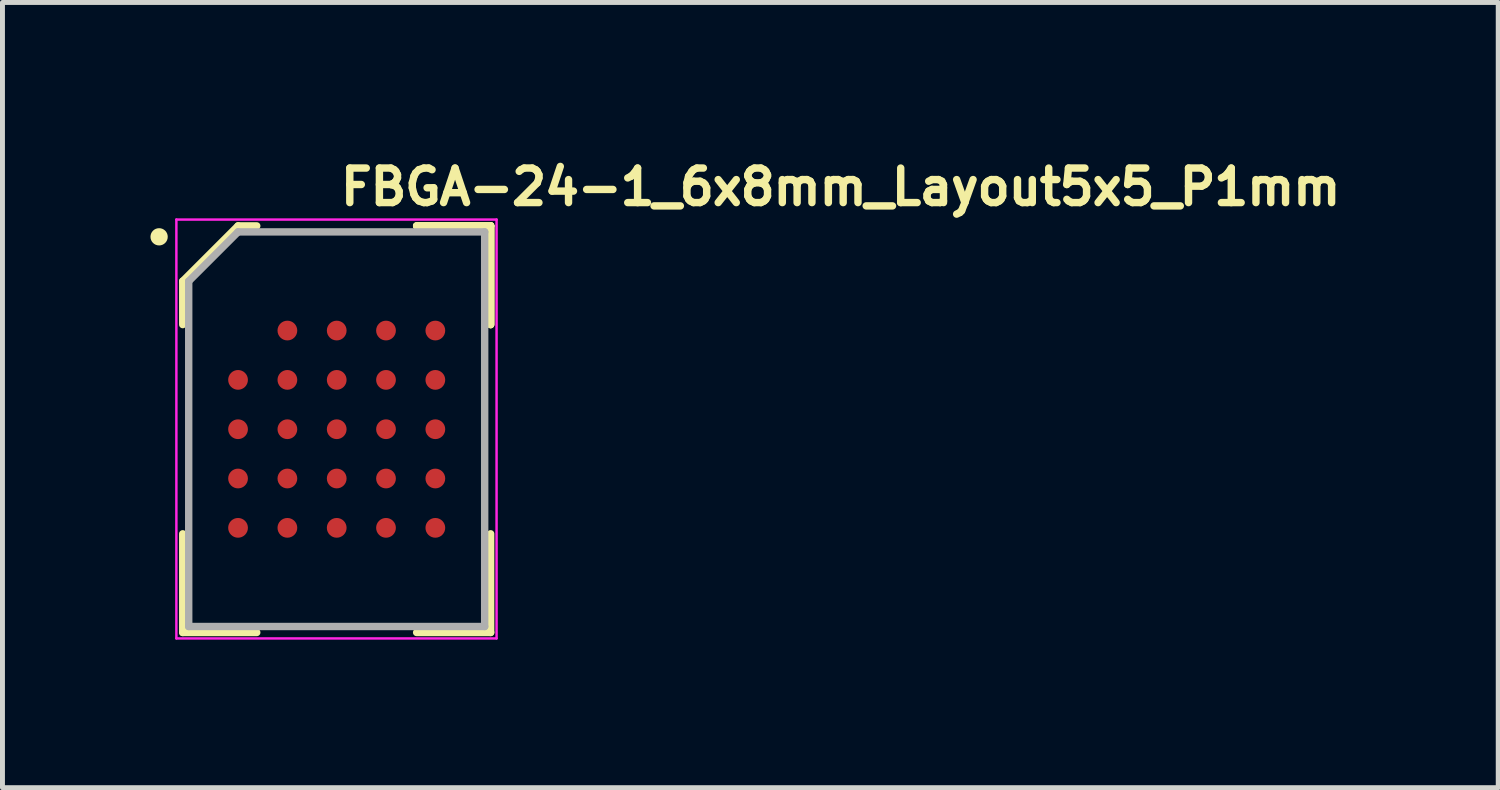
<source format=kicad_pcb>
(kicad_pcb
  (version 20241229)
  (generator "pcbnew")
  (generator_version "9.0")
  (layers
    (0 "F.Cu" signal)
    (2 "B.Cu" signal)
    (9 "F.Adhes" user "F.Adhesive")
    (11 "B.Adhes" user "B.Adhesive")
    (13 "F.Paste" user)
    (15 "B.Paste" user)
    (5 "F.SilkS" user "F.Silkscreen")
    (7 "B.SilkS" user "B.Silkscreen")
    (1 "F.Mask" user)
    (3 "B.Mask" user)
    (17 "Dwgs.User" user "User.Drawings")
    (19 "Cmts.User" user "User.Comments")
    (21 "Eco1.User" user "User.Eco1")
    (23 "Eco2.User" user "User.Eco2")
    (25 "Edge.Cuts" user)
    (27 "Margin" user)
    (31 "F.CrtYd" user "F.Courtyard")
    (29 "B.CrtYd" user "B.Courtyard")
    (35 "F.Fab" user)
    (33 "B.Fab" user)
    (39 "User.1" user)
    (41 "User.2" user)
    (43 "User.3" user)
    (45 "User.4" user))
  (footprint "FBGA-24-1_6x8mm_Layout5x5_P1mm"
    (layer "F.Cu")
    (at 3.775 5.65)
    (property "Reference" "FBGA-24-1_6x8mm_Layout5x5_P1mm" (at 0 -4.5 0) (layer "F.SilkS") (effects (font (size 0.7 0.7) (thickness 0.15)) (justify left bottom)))
    (attr smd)
    (fp_line (start -3.121 -3) (end -3.121 -2.121) (stroke (width 0.15) (type solid)) (layer "F.SilkS"))
    (fp_line (start -3.121 4.12) (end -3.121 2.12) (stroke (width 0.15) (type solid)) (layer "F.SilkS"))
    (fp_line (start -2 -4.121) (end -3.121 -3) (stroke (width 0.15) (type solid)) (layer "F.SilkS"))
    (fp_line (start -1.621 -4.121) (end -2 -4.121) (stroke (width 0.15) (type solid)) (layer "F.SilkS"))
    (fp_line (start -1.621 4.12) (end -3.121 4.12) (stroke (width 0.15) (type solid)) (layer "F.SilkS"))
    (fp_line (start 1.62 -4.121) (end 3.12 -4.121) (stroke (width 0.15) (type solid)) (layer "F.SilkS"))
    (fp_line (start 1.62 -4.121) (end 3.12 -4.121) (stroke (width 0.15) (type solid)) (layer "F.SilkS"))
    (fp_line (start 1.62 -4.121) (end 3.12 -4.121) (stroke (width 0.15) (type solid)) (layer "F.SilkS"))
    (fp_line (start 1.62 4.12) (end 3.12 4.12) (stroke (width 0.15) (type solid)) (layer "F.SilkS"))
    (fp_line (start 3.12 -4.121) (end 3.12 -2.121) (stroke (width 0.15) (type solid)) (layer "F.SilkS"))
    (fp_line (start 3.12 -4.121) (end 3.12 -2.121) (stroke (width 0.15) (type solid)) (layer "F.SilkS"))
    (fp_line (start 3.12 -4.121) (end 3.12 -2.121) (stroke (width 0.15) (type solid)) (layer "F.SilkS"))
    (fp_line (start 3.12 4.12) (end 3.12 2.12) (stroke (width 0.15) (type solid)) (layer "F.SilkS"))
    (fp_circle (center -3.6 -3.9) (end -3.5 -3.9) (stroke (width 0.15) (type solid)) (fill yes) (layer "F.SilkS"))
    (fp_line (start -3.25 -4.25) (end 3.24 -4.25) (stroke (width 0.05) (type solid)) (layer "F.CrtYd"))
    (fp_line (start -3.25 4.24) (end -3.25 -4.25) (stroke (width 0.05) (type solid)) (layer "F.CrtYd"))
    (fp_line (start 3.24 -4.25) (end 3.24 4.24) (stroke (width 0.05) (type solid)) (layer "F.CrtYd"))
    (fp_line (start 3.24 4.24) (end -3.25 4.24) (stroke (width 0.05) (type solid)) (layer "F.CrtYd"))
    (fp_line (start -3 -3) (end -3 3.999) (stroke (width 0.15) (type solid)) (layer "F.Fab"))
    (fp_line (start -3 3.999) (end 2.999 3.999) (stroke (width 0.15) (type solid)) (layer "F.Fab"))
    (fp_line (start -2 -4) (end -3 -3) (stroke (width 0.15) (type solid)) (layer "F.Fab"))
    (fp_line (start 2.999 -4) (end -2 -4) (stroke (width 0.15) (type solid)) (layer "F.Fab"))
    (fp_line (start 2.999 3.999) (end 2.999 -4) (stroke (width 0.15) (type solid)) (layer "F.Fab"))
    (fp_rect (start -3 -4) (end 2.999 3.999) (stroke (width 0.1) (type solid)) (fill no) (layer "User.5"))
    (fp_line (start -3 -4) (end -3 3.999) (stroke (width 0.02) (type solid)) (layer "User.9"))
    (fp_line (start -3 3.999) (end 2.999 3.999) (stroke (width 0.02) (type solid)) (layer "User.9"))
    (fp_line (start -2.099 -2.919) (end -2.099 -2.913) (stroke (width 0.02) (type solid)) (layer "User.9"))
    (fp_line (start -2.099 -2.913) (end -2.099 -2.906) (stroke (width 0.02) (type solid)) (layer "User.9"))
    (fp_line (start -2.099 -2.906) (end -2.099 -2.9) (stroke (width 0.02) (type solid)) (layer "User.9"))
    (fp_line (start -2.099 -2.9) (end -2.099 -2.886) (stroke (width 0.02) (type solid)) (layer "User.9"))
    (fp_line (start -2.099 -2.886) (end -2.098 -2.873) (stroke (width 0.02) (type solid)) (layer "User.9"))
    (fp_line (start -2.098 -2.926) (end -2.099 -2.919) (stroke (width 0.02) (type solid)) (layer "User.9"))
    (fp_line (start -2.098 -2.873) (end -2.096 -2.86) (stroke (width 0.02) (type solid)) (layer "User.9"))
    (fp_line (start -2.097 -2.933) (end -2.098 -2.926) (stroke (width 0.02) (type solid)) (layer "User.9"))
    (fp_line (start -2.096 -2.939) (end -2.097 -2.933) (stroke (width 0.02) (type solid)) (layer "User.9"))
    (fp_line (start -2.096 -2.86) (end -2.093 -2.847) (stroke (width 0.02) (type solid)) (layer "User.9"))
    (fp_line (start -2.095 -2.913) (end -2.095 -2.906) (stroke (width 0.02) (type solid)) (layer "User.9"))
    (fp_line (start -2.095 -2.906) (end -2.095 -2.9) (stroke (width 0.02) (type solid)) (layer "User.9"))
    (fp_line (start -2.095 -2.9) (end -2.095 -2.886) (stroke (width 0.02) (type solid)) (layer "User.9"))
    (fp_line (start -2.095 -2.886) (end -2.093 -2.874) (stroke (width 0.02) (type solid)) (layer "User.9"))
    (fp_line (start -2.094 -2.945) (end -2.096 -2.939) (stroke (width 0.02) (type solid)) (layer "User.9"))
    (fp_line (start -2.094 -2.919) (end -2.095 -2.913) (stroke (width 0.02) (type solid)) (layer "User.9"))
    (fp_line (start -2.093 -2.952) (end -2.094 -2.945) (stroke (width 0.02) (type solid)) (layer "User.9"))
    (fp_line (start -2.093 -2.925) (end -2.094 -2.919) (stroke (width 0.02) (type solid)) (layer "User.9"))
    (fp_line (start -2.093 -2.874) (end -2.091 -2.861) (stroke (width 0.02) (type solid)) (layer "User.9"))
    (fp_line (start -2.093 -2.847) (end -2.089 -2.835) (stroke (width 0.02) (type solid)) (layer "User.9"))
    (fp_line (start -2.092 -2.932) (end -2.093 -2.925) (stroke (width 0.02) (type solid)) (layer "User.9"))
    (fp_line (start -2.091 -2.958) (end -2.093 -2.952) (stroke (width 0.02) (type solid)) (layer "User.9"))
    (fp_line (start -2.091 -2.938) (end -2.092 -2.932) (stroke (width 0.02) (type solid)) (layer "User.9"))
    (fp_line (start -2.091 -2.861) (end -2.088 -2.848) (stroke (width 0.02) (type solid)) (layer "User.9"))
    (fp_line (start -2.09 -2.944) (end -2.091 -2.938) (stroke (width 0.02) (type solid)) (layer "User.9"))
    (fp_line (start -2.089 -2.964) (end -2.091 -2.958) (stroke (width 0.02) (type solid)) (layer "User.9"))
    (fp_line (start -2.089 -2.835) (end -2.084 -2.823) (stroke (width 0.02) (type solid)) (layer "User.9"))
    (fp_line (start -2.088 -2.951) (end -2.09 -2.944) (stroke (width 0.02) (type solid)) (layer "User.9"))
    (fp_line (start -2.088 -2.848) (end -2.085 -2.836) (stroke (width 0.02) (type solid)) (layer "User.9"))
    (fp_line (start -2.087 -2.97) (end -2.089 -2.964) (stroke (width 0.02) (type solid)) (layer "User.9"))
    (fp_line (start -2.087 -2.957) (end -2.088 -2.951) (stroke (width 0.02) (type solid)) (layer "User.9"))
    (fp_line (start -2.085 -2.963) (end -2.087 -2.957) (stroke (width 0.02) (type solid)) (layer "User.9"))
    (fp_line (start -2.085 -2.836) (end -2.08 -2.824) (stroke (width 0.02) (type solid)) (layer "User.9"))
    (fp_line (start -2.084 -2.976) (end -2.087 -2.97) (stroke (width 0.02) (type solid)) (layer "User.9"))
    (fp_line (start -2.084 -2.823) (end -2.079 -2.811) (stroke (width 0.02) (type solid)) (layer "User.9"))
    (fp_line (start -2.082 -2.982) (end -2.084 -2.976) (stroke (width 0.02) (type solid)) (layer "User.9"))
    (fp_line (start -2.082 -2.969) (end -2.085 -2.963) (stroke (width 0.02) (type solid)) (layer "User.9"))
    (fp_line (start -2.08 -2.975) (end -2.082 -2.969) (stroke (width 0.02) (type solid)) (layer "User.9"))
    (fp_line (start -2.08 -2.824) (end -2.075 -2.813) (stroke (width 0.02) (type solid)) (layer "User.9"))
    (fp_line (start -2.079 -2.988) (end -2.082 -2.982) (stroke (width 0.02) (type solid)) (layer "User.9"))
    (fp_line (start -2.079 -2.811) (end -2.073 -2.799) (stroke (width 0.02) (type solid)) (layer "User.9"))
    (fp_line (start -2.078 -2.98) (end -2.08 -2.975) (stroke (width 0.02) (type solid)) (layer "User.9"))
    (fp_line (start -2.076 -2.994) (end -2.079 -2.988) (stroke (width 0.02) (type solid)) (layer "User.9"))
    (fp_line (start -2.075 -2.986) (end -2.078 -2.98) (stroke (width 0.02) (type solid)) (layer "User.9"))
    (fp_line (start -2.075 -2.813) (end -2.069 -2.802) (stroke (width 0.02) (type solid)) (layer "User.9"))
    (fp_line (start -2.073 -3) (end -2.076 -2.994) (stroke (width 0.02) (type solid)) (layer "User.9"))
    (fp_line (start -2.073 -2.799) (end -2.066 -2.789) (stroke (width 0.02) (type solid)) (layer "User.9"))
    (fp_line (start -2.072 -2.992) (end -2.075 -2.986) (stroke (width 0.02) (type solid)) (layer "User.9"))
    (fp_line (start -2.069 -3.005) (end -2.073 -3) (stroke (width 0.02) (type solid)) (layer "User.9"))
    (fp_line (start -2.069 -2.997) (end -2.072 -2.992) (stroke (width 0.02) (type solid)) (layer "User.9"))
    (fp_line (start -2.069 -2.802) (end -2.062 -2.791) (stroke (width 0.02) (type solid)) (layer "User.9"))
    (fp_line (start -2.066 -3.01) (end -2.069 -3.005) (stroke (width 0.02) (type solid)) (layer "User.9"))
    (fp_line (start -2.066 -3.003) (end -2.069 -2.997) (stroke (width 0.02) (type solid)) (layer "User.9"))
    (fp_line (start -2.066 -2.789) (end -2.058 -2.778) (stroke (width 0.02) (type solid)) (layer "User.9"))
    (fp_line (start -2.062 -3.016) (end -2.066 -3.01) (stroke (width 0.02) (type solid)) (layer "User.9"))
    (fp_line (start -2.062 -3.008) (end -2.066 -3.003) (stroke (width 0.02) (type solid)) (layer "User.9"))
    (fp_line (start -2.062 -2.791) (end -2.055 -2.781) (stroke (width 0.02) (type solid)) (layer "User.9"))
    (fp_line (start -2.059 -3.013) (end -2.062 -3.008) (stroke (width 0.02) (type solid)) (layer "User.9"))
    (fp_line (start -2.058 -3.021) (end -2.062 -3.016) (stroke (width 0.02) (type solid)) (layer "User.9"))
    (fp_line (start -2.058 -2.778) (end -2.05 -2.768) (stroke (width 0.02) (type solid)) (layer "User.9"))
    (fp_line (start -2.055 -3.018) (end -2.059 -3.013) (stroke (width 0.02) (type solid)) (layer "User.9"))
    (fp_line (start -2.055 -2.781) (end -2.047 -2.771) (stroke (width 0.02) (type solid)) (layer "User.9"))
    (fp_line (start -2.054 -3.026) (end -2.058 -3.021) (stroke (width 0.02) (type solid)) (layer "User.9"))
    (fp_line (start -2.051 -3.023) (end -2.055 -3.018) (stroke (width 0.02) (type solid)) (layer "User.9"))
    (fp_line (start -2.05 -3.031) (end -2.054 -3.026) (stroke (width 0.02) (type solid)) (layer "User.9"))
    (fp_line (start -2.05 -2.768) (end -2.041 -2.758) (stroke (width 0.02) (type solid)) (layer "User.9"))
    (fp_line (start -2.047 -3.028) (end -2.051 -3.023) (stroke (width 0.02) (type solid)) (layer "User.9"))
    (fp_line (start -2.047 -2.771) (end -2.038 -2.761) (stroke (width 0.02) (type solid)) (layer "User.9"))
    (fp_line (start -2.046 -3.036) (end -2.05 -3.031) (stroke (width 0.02) (type solid)) (layer "User.9"))
    (fp_line (start -2.043 -3.033) (end -2.047 -3.028) (stroke (width 0.02) (type solid)) (layer "User.9"))
    (fp_line (start -2.041 -3.041) (end -2.046 -3.036) (stroke (width 0.02) (type solid)) (layer "User.9"))
    (fp_line (start -2.041 -2.758) (end -2.032 -2.749) (stroke (width 0.02) (type solid)) (layer "User.9"))
    (fp_line (start -2.038 -3.038) (end -2.043 -3.033) (stroke (width 0.02) (type solid)) (layer "User.9"))
    (fp_line (start -2.038 -2.761) (end -2.029 -2.753) (stroke (width 0.02) (type solid)) (layer "User.9"))
    (fp_line (start -2.037 -3.045) (end -2.041 -3.041) (stroke (width 0.02) (type solid)) (layer "User.9"))
    (fp_line (start -2.034 -3.042) (end -2.038 -3.038) (stroke (width 0.02) (type solid)) (layer "User.9"))
    (fp_line (start -2.032 -3.05) (end -2.037 -3.045) (stroke (width 0.02) (type solid)) (layer "User.9"))
    (fp_line (start -2.032 -2.749) (end -2.022 -2.741) (stroke (width 0.02) (type solid)) (layer "User.9"))
    (fp_line (start -2.029 -3.046) (end -2.034 -3.042) (stroke (width 0.02) (type solid)) (layer "User.9"))
    (fp_line (start -2.029 -2.753) (end -2.019 -2.745) (stroke (width 0.02) (type solid)) (layer "User.9"))
    (fp_line (start -2.027 -3.054) (end -2.032 -3.05) (stroke (width 0.02) (type solid)) (layer "User.9"))
    (fp_line (start -2.024 -3.05) (end -2.029 -3.046) (stroke (width 0.02) (type solid)) (layer "User.9"))
    (fp_line (start -2.022 -3.058) (end -2.027 -3.054) (stroke (width 0.02) (type solid)) (layer "User.9"))
    (fp_line (start -2.022 -2.741) (end -2.011 -2.733) (stroke (width 0.02) (type solid)) (layer "User.9"))
    (fp_line (start -2.019 -3.054) (end -2.024 -3.05) (stroke (width 0.02) (type solid)) (layer "User.9"))
    (fp_line (start -2.019 -2.745) (end -2.008 -2.737) (stroke (width 0.02) (type solid)) (layer "User.9"))
    (fp_line (start -2.016 -3.062) (end -2.022 -3.058) (stroke (width 0.02) (type solid)) (layer "User.9"))
    (fp_line (start -2.014 -3.058) (end -2.019 -3.054) (stroke (width 0.02) (type solid)) (layer "User.9"))
    (fp_line (start -2.011 -3.066) (end -2.016 -3.062) (stroke (width 0.02) (type solid)) (layer "User.9"))
    (fp_line (start -2.011 -2.733) (end -2 -2.726) (stroke (width 0.02) (type solid)) (layer "User.9"))
    (fp_line (start -2.008 -3.062) (end -2.014 -3.058) (stroke (width 0.02) (type solid)) (layer "User.9"))
    (fp_line (start -2.008 -2.737) (end -1.997 -2.73) (stroke (width 0.02) (type solid)) (layer "User.9"))
    (fp_line (start -2.005 -3.069) (end -2.011 -3.066) (stroke (width 0.02) (type solid)) (layer "User.9"))
    (fp_line (start -2.003 -3.066) (end -2.008 -3.062) (stroke (width 0.02) (type solid)) (layer "User.9"))
    (fp_line (start -2 -3.073) (end -2.005 -3.069) (stroke (width 0.02) (type solid)) (layer "User.9"))
    (fp_line (start -2 -3.073) (end -2 -3.073) (stroke (width 0.02) (type solid)) (layer "User.9"))
    (fp_line (start -2 -2.726) (end -2 -2.726) (stroke (width 0.02) (type solid)) (layer "User.9"))
    (fp_line (start -2 -2.726) (end -1.988 -2.72) (stroke (width 0.02) (type solid)) (layer "User.9"))
    (fp_line (start -1.997 -3.069) (end -2.003 -3.066) (stroke (width 0.02) (type solid)) (layer "User.9"))
    (fp_line (start -1.997 -3.069) (end -1.997 -3.069) (stroke (width 0.02) (type solid)) (layer "User.9"))
    (fp_line (start -1.997 -2.73) (end -1.997 -2.73) (stroke (width 0.02) (type solid)) (layer "User.9"))
    (fp_line (start -1.997 -2.73) (end -1.986 -2.724) (stroke (width 0.02) (type solid)) (layer "User.9"))
    (fp_line (start -1.988 -3.079) (end -2 -3.073) (stroke (width 0.02) (type solid)) (layer "User.9"))
    (fp_line (start -1.988 -2.72) (end -1.976 -2.715) (stroke (width 0.02) (type solid)) (layer "User.9"))
    (fp_line (start -1.986 -3.075) (end -1.997 -3.069) (stroke (width 0.02) (type solid)) (layer "User.9"))
    (fp_line (start -1.986 -2.724) (end -1.974 -2.719) (stroke (width 0.02) (type solid)) (layer "User.9"))
    (fp_line (start -1.976 -3.084) (end -1.988 -3.079) (stroke (width 0.02) (type solid)) (layer "User.9"))
    (fp_line (start -1.976 -2.715) (end -1.963 -2.71) (stroke (width 0.02) (type solid)) (layer "User.9"))
    (fp_line (start -1.974 -3.08) (end -1.986 -3.075) (stroke (width 0.02) (type solid)) (layer "User.9"))
    (fp_line (start -1.974 -2.719) (end -1.962 -2.714) (stroke (width 0.02) (type solid)) (layer "User.9"))
    (fp_line (start -1.963 -3.089) (end -1.976 -3.084) (stroke (width 0.02) (type solid)) (layer "User.9"))
    (fp_line (start -1.963 -2.71) (end -1.951 -2.706) (stroke (width 0.02) (type solid)) (layer "User.9"))
    (fp_line (start -1.962 -3.085) (end -1.974 -3.08) (stroke (width 0.02) (type solid)) (layer "User.9"))
    (fp_line (start -1.962 -2.714) (end -1.95 -2.71) (stroke (width 0.02) (type solid)) (layer "User.9"))
    (fp_line (start -1.951 -3.093) (end -1.963 -3.089) (stroke (width 0.02) (type solid)) (layer "User.9"))
    (fp_line (start -1.951 -2.706) (end -1.938 -2.703) (stroke (width 0.02) (type solid)) (layer "User.9"))
    (fp_line (start -1.95 -3.089) (end -1.962 -3.085) (stroke (width 0.02) (type solid)) (layer "User.9"))
    (fp_line (start -1.95 -2.71) (end -1.937 -2.708) (stroke (width 0.02) (type solid)) (layer "User.9"))
    (fp_line (start -1.938 -3.096) (end -1.951 -3.093) (stroke (width 0.02) (type solid)) (layer "User.9"))
    (fp_line (start -1.938 -2.703) (end -1.925 -2.701) (stroke (width 0.02) (type solid)) (layer "User.9"))
    (fp_line (start -1.937 -3.091) (end -1.95 -3.089) (stroke (width 0.02) (type solid)) (layer "User.9"))
    (fp_line (start -1.937 -2.708) (end -1.925 -2.706) (stroke (width 0.02) (type solid)) (layer "User.9"))
    (fp_line (start -1.925 -3.098) (end -1.938 -3.096) (stroke (width 0.02) (type solid)) (layer "User.9"))
    (fp_line (start -1.925 -3.093) (end -1.937 -3.091) (stroke (width 0.02) (type solid)) (layer "User.9"))
    (fp_line (start -1.925 -2.706) (end -1.912 -2.704) (stroke (width 0.02) (type solid)) (layer "User.9"))
    (fp_line (start -1.925 -2.701) (end -1.912 -2.7) (stroke (width 0.02) (type solid)) (layer "User.9"))
    (fp_line (start -1.912 -3.099) (end -1.925 -3.098) (stroke (width 0.02) (type solid)) (layer "User.9"))
    (fp_line (start -1.912 -3.095) (end -1.925 -3.093) (stroke (width 0.02) (type solid)) (layer "User.9"))
    (fp_line (start -1.912 -2.704) (end -1.9 -2.704) (stroke (width 0.02) (type solid)) (layer "User.9"))
    (fp_line (start -1.912 -2.7) (end -1.9 -2.699) (stroke (width 0.02) (type solid)) (layer "User.9"))
    (fp_line (start -1.9 -3.1) (end -1.912 -3.099) (stroke (width 0.02) (type solid)) (layer "User.9"))
    (fp_line (start -1.9 -3.095) (end -1.912 -3.095) (stroke (width 0.02) (type solid)) (layer "User.9"))
    (fp_line (start -1.9 -2.704) (end -1.887 -2.704) (stroke (width 0.02) (type solid)) (layer "User.9"))
    (fp_line (start -1.9 -2.699) (end -1.887 -2.7) (stroke (width 0.02) (type solid)) (layer "User.9"))
    (fp_line (start -1.887 -3.099) (end -1.9 -3.1) (stroke (width 0.02) (type solid)) (layer "User.9"))
    (fp_line (start -1.887 -3.095) (end -1.9 -3.095) (stroke (width 0.02) (type solid)) (layer "User.9"))
    (fp_line (start -1.887 -2.704) (end -1.874 -2.706) (stroke (width 0.02) (type solid)) (layer "User.9"))
    (fp_line (start -1.887 -2.7) (end -1.874 -2.701) (stroke (width 0.02) (type solid)) (layer "User.9"))
    (fp_line (start -1.874 -3.098) (end -1.887 -3.099) (stroke (width 0.02) (type solid)) (layer "User.9"))
    (fp_line (start -1.874 -3.093) (end -1.887 -3.095) (stroke (width 0.02) (type solid)) (layer "User.9"))
    (fp_line (start -1.874 -2.706) (end -1.862 -2.708) (stroke (width 0.02) (type solid)) (layer "User.9"))
    (fp_line (start -1.874 -2.701) (end -1.861 -2.703) (stroke (width 0.02) (type solid)) (layer "User.9"))
    (fp_line (start -1.862 -3.091) (end -1.874 -3.093) (stroke (width 0.02) (type solid)) (layer "User.9"))
    (fp_line (start -1.862 -2.708) (end -1.849 -2.71) (stroke (width 0.02) (type solid)) (layer "User.9"))
    (fp_line (start -1.861 -3.096) (end -1.874 -3.098) (stroke (width 0.02) (type solid)) (layer "User.9"))
    (fp_line (start -1.861 -2.703) (end -1.848 -2.706) (stroke (width 0.02) (type solid)) (layer "User.9"))
    (fp_line (start -1.849 -3.089) (end -1.862 -3.091) (stroke (width 0.02) (type solid)) (layer "User.9"))
    (fp_line (start -1.849 -2.71) (end -1.837 -2.714) (stroke (width 0.02) (type solid)) (layer "User.9"))
    (fp_line (start -1.848 -3.093) (end -1.861 -3.096) (stroke (width 0.02) (type solid)) (layer "User.9"))
    (fp_line (start -1.848 -2.706) (end -1.836 -2.71) (stroke (width 0.02) (type solid)) (layer "User.9"))
    (fp_line (start -1.837 -3.085) (end -1.849 -3.089) (stroke (width 0.02) (type solid)) (layer "User.9"))
    (fp_line (start -1.837 -2.714) (end -1.825 -2.719) (stroke (width 0.02) (type solid)) (layer "User.9"))
    (fp_line (start -1.836 -3.089) (end -1.848 -3.093) (stroke (width 0.02) (type solid)) (layer "User.9"))
    (fp_line (start -1.836 -2.71) (end -1.823 -2.715) (stroke (width 0.02) (type solid)) (layer "User.9"))
    (fp_line (start -1.825 -3.08) (end -1.837 -3.085) (stroke (width 0.02) (type solid)) (layer "User.9"))
    (fp_line (start -1.825 -2.719) (end -1.813 -2.724) (stroke (width 0.02) (type solid)) (layer "User.9"))
    (fp_line (start -1.823 -3.084) (end -1.836 -3.089) (stroke (width 0.02) (type solid)) (layer "User.9"))
    (fp_line (start -1.823 -2.715) (end -1.811 -2.72) (stroke (width 0.02) (type solid)) (layer "User.9"))
    (fp_line (start -1.813 -3.075) (end -1.825 -3.08) (stroke (width 0.02) (type solid)) (layer "User.9"))
    (fp_line (start -1.813 -2.724) (end -1.802 -2.73) (stroke (width 0.02) (type solid)) (layer "User.9"))
    (fp_line (start -1.811 -3.079) (end -1.823 -3.084) (stroke (width 0.02) (type solid)) (layer "User.9"))
    (fp_line (start -1.811 -2.72) (end -1.799 -2.726) (stroke (width 0.02) (type solid)) (layer "User.9"))
    (fp_line (start -1.802 -3.069) (end -1.813 -3.075) (stroke (width 0.02) (type solid)) (layer "User.9"))
    (fp_line (start -1.802 -3.069) (end -1.802 -3.069) (stroke (width 0.02) (type solid)) (layer "User.9"))
    (fp_line (start -1.802 -2.73) (end -1.802 -2.73) (stroke (width 0.02) (type solid)) (layer "User.9"))
    (fp_line (start -1.802 -2.73) (end -1.796 -2.733) (stroke (width 0.02) (type solid)) (layer "User.9"))
    (fp_line (start -1.799 -3.073) (end -1.811 -3.079) (stroke (width 0.02) (type solid)) (layer "User.9"))
    (fp_line (start -1.799 -3.073) (end -1.799 -3.073) (stroke (width 0.02) (type solid)) (layer "User.9"))
    (fp_line (start -1.799 -2.726) (end -1.799 -2.726) (stroke (width 0.02) (type solid)) (layer "User.9"))
    (fp_line (start -1.799 -2.726) (end -1.794 -2.73) (stroke (width 0.02) (type solid)) (layer "User.9"))
    (fp_line (start -1.796 -2.733) (end -1.791 -2.737) (stroke (width 0.02) (type solid)) (layer "User.9"))
    (fp_line (start -1.794 -2.73) (end -1.788 -2.733) (stroke (width 0.02) (type solid)) (layer "User.9"))
    (fp_line (start -1.791 -3.062) (end -1.802 -3.069) (stroke (width 0.02) (type solid)) (layer "User.9"))
    (fp_line (start -1.791 -2.737) (end -1.785 -2.741) (stroke (width 0.02) (type solid)) (layer "User.9"))
    (fp_line (start -1.788 -3.066) (end -1.799 -3.073) (stroke (width 0.02) (type solid)) (layer "User.9"))
    (fp_line (start -1.788 -2.733) (end -1.783 -2.737) (stroke (width 0.02) (type solid)) (layer "User.9"))
    (fp_line (start -1.785 -2.741) (end -1.78 -2.745) (stroke (width 0.02) (type solid)) (layer "User.9"))
    (fp_line (start -1.783 -2.737) (end -1.777 -2.741) (stroke (width 0.02) (type solid)) (layer "User.9"))
    (fp_line (start -1.78 -3.054) (end -1.791 -3.062) (stroke (width 0.02) (type solid)) (layer "User.9"))
    (fp_line (start -1.78 -2.745) (end -1.775 -2.749) (stroke (width 0.02) (type solid)) (layer "User.9"))
    (fp_line (start -1.777 -3.058) (end -1.788 -3.066) (stroke (width 0.02) (type solid)) (layer "User.9"))
    (fp_line (start -1.777 -2.741) (end -1.772 -2.745) (stroke (width 0.02) (type solid)) (layer "User.9"))
    (fp_line (start -1.775 -2.749) (end -1.77 -2.753) (stroke (width 0.02) (type solid)) (layer "User.9"))
    (fp_line (start -1.772 -2.745) (end -1.767 -2.749) (stroke (width 0.02) (type solid)) (layer "User.9"))
    (fp_line (start -1.77 -3.046) (end -1.78 -3.054) (stroke (width 0.02) (type solid)) (layer "User.9"))
    (fp_line (start -1.77 -2.753) (end -1.765 -2.757) (stroke (width 0.02) (type solid)) (layer "User.9"))
    (fp_line (start -1.767 -3.05) (end -1.777 -3.058) (stroke (width 0.02) (type solid)) (layer "User.9"))
    (fp_line (start -1.767 -2.749) (end -1.762 -2.754) (stroke (width 0.02) (type solid)) (layer "User.9"))
    (fp_line (start -1.765 -2.757) (end -1.761 -2.761) (stroke (width 0.02) (type solid)) (layer "User.9"))
    (fp_line (start -1.762 -2.754) (end -1.758 -2.758) (stroke (width 0.02) (type solid)) (layer "User.9"))
    (fp_line (start -1.761 -3.038) (end -1.77 -3.046) (stroke (width 0.02) (type solid)) (layer "User.9"))
    (fp_line (start -1.761 -2.761) (end -1.756 -2.766) (stroke (width 0.02) (type solid)) (layer "User.9"))
    (fp_line (start -1.758 -3.041) (end -1.767 -3.05) (stroke (width 0.02) (type solid)) (layer "User.9"))
    (fp_line (start -1.758 -2.758) (end -1.753 -2.763) (stroke (width 0.02) (type solid)) (layer "User.9"))
    (fp_line (start -1.756 -2.766) (end -1.752 -2.771) (stroke (width 0.02) (type solid)) (layer "User.9"))
    (fp_line (start -1.753 -2.763) (end -1.749 -2.768) (stroke (width 0.02) (type solid)) (layer "User.9"))
    (fp_line (start -1.752 -3.028) (end -1.761 -3.038) (stroke (width 0.02) (type solid)) (layer "User.9"))
    (fp_line (start -1.752 -2.771) (end -1.748 -2.776) (stroke (width 0.02) (type solid)) (layer "User.9"))
    (fp_line (start -1.749 -3.031) (end -1.758 -3.041) (stroke (width 0.02) (type solid)) (layer "User.9"))
    (fp_line (start -1.749 -2.768) (end -1.745 -2.773) (stroke (width 0.02) (type solid)) (layer "User.9"))
    (fp_line (start -1.748 -2.776) (end -1.744 -2.781) (stroke (width 0.02) (type solid)) (layer "User.9"))
    (fp_line (start -1.745 -2.773) (end -1.741 -2.778) (stroke (width 0.02) (type solid)) (layer "User.9"))
    (fp_line (start -1.744 -3.018) (end -1.752 -3.028) (stroke (width 0.02) (type solid)) (layer "User.9"))
    (fp_line (start -1.744 -2.781) (end -1.74 -2.786) (stroke (width 0.02) (type solid)) (layer "User.9"))
    (fp_line (start -1.741 -3.021) (end -1.749 -3.031) (stroke (width 0.02) (type solid)) (layer "User.9"))
    (fp_line (start -1.741 -2.778) (end -1.737 -2.783) (stroke (width 0.02) (type solid)) (layer "User.9"))
    (fp_line (start -1.74 -2.786) (end -1.737 -2.791) (stroke (width 0.02) (type solid)) (layer "User.9"))
    (fp_line (start -1.737 -3.008) (end -1.744 -3.018) (stroke (width 0.02) (type solid)) (layer "User.9"))
    (fp_line (start -1.737 -2.791) (end -1.733 -2.796) (stroke (width 0.02) (type solid)) (layer "User.9"))
    (fp_line (start -1.737 -2.783) (end -1.733 -2.789) (stroke (width 0.02) (type solid)) (layer "User.9"))
    (fp_line (start -1.733 -3.01) (end -1.741 -3.021) (stroke (width 0.02) (type solid)) (layer "User.9"))
    (fp_line (start -1.733 -2.796) (end -1.73 -2.802) (stroke (width 0.02) (type solid)) (layer "User.9"))
    (fp_line (start -1.733 -2.789) (end -1.73 -2.794) (stroke (width 0.02) (type solid)) (layer "User.9"))
    (fp_line (start -1.73 -2.997) (end -1.737 -3.008) (stroke (width 0.02) (type solid)) (layer "User.9"))
    (fp_line (start -1.73 -2.802) (end -1.727 -2.807) (stroke (width 0.02) (type solid)) (layer "User.9"))
    (fp_line (start -1.73 -2.794) (end -1.726 -2.799) (stroke (width 0.02) (type solid)) (layer "User.9"))
    (fp_line (start -1.727 -2.807) (end -1.724 -2.813) (stroke (width 0.02) (type solid)) (layer "User.9"))
    (fp_line (start -1.726 -3) (end -1.733 -3.01) (stroke (width 0.02) (type solid)) (layer "User.9"))
    (fp_line (start -1.726 -2.799) (end -1.723 -2.805) (stroke (width 0.02) (type solid)) (layer "User.9"))
    (fp_line (start -1.724 -2.986) (end -1.73 -2.997) (stroke (width 0.02) (type solid)) (layer "User.9"))
    (fp_line (start -1.724 -2.813) (end -1.721 -2.819) (stroke (width 0.02) (type solid)) (layer "User.9"))
    (fp_line (start -1.723 -2.805) (end -1.72 -2.811) (stroke (width 0.02) (type solid)) (layer "User.9"))
    (fp_line (start -1.721 -2.819) (end -1.719 -2.824) (stroke (width 0.02) (type solid)) (layer "User.9"))
    (fp_line (start -1.72 -2.988) (end -1.726 -3) (stroke (width 0.02) (type solid)) (layer "User.9"))
    (fp_line (start -1.72 -2.811) (end -1.717 -2.817) (stroke (width 0.02) (type solid)) (layer "User.9"))
    (fp_line (start -1.719 -2.975) (end -1.724 -2.986) (stroke (width 0.02) (type solid)) (layer "User.9"))
    (fp_line (start -1.719 -2.824) (end -1.717 -2.83) (stroke (width 0.02) (type solid)) (layer "User.9"))
    (fp_line (start -1.717 -2.83) (end -1.714 -2.836) (stroke (width 0.02) (type solid)) (layer "User.9"))
    (fp_line (start -1.717 -2.817) (end -1.715 -2.823) (stroke (width 0.02) (type solid)) (layer "User.9"))
    (fp_line (start -1.715 -2.976) (end -1.72 -2.988) (stroke (width 0.02) (type solid)) (layer "User.9"))
    (fp_line (start -1.715 -2.823) (end -1.712 -2.829) (stroke (width 0.02) (type solid)) (layer "User.9"))
    (fp_line (start -1.714 -2.963) (end -1.719 -2.975) (stroke (width 0.02) (type solid)) (layer "User.9"))
    (fp_line (start -1.714 -2.836) (end -1.712 -2.842) (stroke (width 0.02) (type solid)) (layer "User.9"))
    (fp_line (start -1.712 -2.842) (end -1.711 -2.848) (stroke (width 0.02) (type solid)) (layer "User.9"))
    (fp_line (start -1.712 -2.829) (end -1.71 -2.835) (stroke (width 0.02) (type solid)) (layer "User.9"))
    (fp_line (start -1.711 -2.951) (end -1.714 -2.963) (stroke (width 0.02) (type solid)) (layer "User.9"))
    (fp_line (start -1.711 -2.848) (end -1.709 -2.855) (stroke (width 0.02) (type solid)) (layer "User.9"))
    (fp_line (start -1.71 -2.964) (end -1.715 -2.976) (stroke (width 0.02) (type solid)) (layer "User.9"))
    (fp_line (start -1.71 -2.835) (end -1.708 -2.841) (stroke (width 0.02) (type solid)) (layer "User.9"))
    (fp_line (start -1.709 -2.855) (end -1.708 -2.861) (stroke (width 0.02) (type solid)) (layer "User.9"))
    (fp_line (start -1.708 -2.938) (end -1.711 -2.951) (stroke (width 0.02) (type solid)) (layer "User.9"))
    (fp_line (start -1.708 -2.861) (end -1.707 -2.867) (stroke (width 0.02) (type solid)) (layer "User.9"))
    (fp_line (start -1.708 -2.841) (end -1.706 -2.847) (stroke (width 0.02) (type solid)) (layer "User.9"))
    (fp_line (start -1.707 -2.867) (end -1.706 -2.874) (stroke (width 0.02) (type solid)) (layer "User.9"))
    (fp_line (start -1.706 -2.952) (end -1.71 -2.964) (stroke (width 0.02) (type solid)) (layer "User.9"))
    (fp_line (start -1.706 -2.925) (end -1.708 -2.938) (stroke (width 0.02) (type solid)) (layer "User.9"))
    (fp_line (start -1.706 -2.874) (end -1.705 -2.88) (stroke (width 0.02) (type solid)) (layer "User.9"))
    (fp_line (start -1.706 -2.847) (end -1.705 -2.854) (stroke (width 0.02) (type solid)) (layer "User.9"))
    (fp_line (start -1.705 -2.88) (end -1.704 -2.886) (stroke (width 0.02) (type solid)) (layer "User.9"))
    (fp_line (start -1.705 -2.854) (end -1.703 -2.86) (stroke (width 0.02) (type solid)) (layer "User.9"))
    (fp_line (start -1.704 -2.913) (end -1.706 -2.925) (stroke (width 0.02) (type solid)) (layer "User.9"))
    (fp_line (start -1.704 -2.9) (end -1.704 -2.913) (stroke (width 0.02) (type solid)) (layer "User.9"))
    (fp_line (start -1.704 -2.893) (end -1.704 -2.9) (stroke (width 0.02) (type solid)) (layer "User.9"))
    (fp_line (start -1.704 -2.886) (end -1.704 -2.893) (stroke (width 0.02) (type solid)) (layer "User.9"))
    (fp_line (start -1.703 -2.939) (end -1.706 -2.952) (stroke (width 0.02) (type solid)) (layer "User.9"))
    (fp_line (start -1.703 -2.86) (end -1.702 -2.866) (stroke (width 0.02) (type solid)) (layer "User.9"))
    (fp_line (start -1.702 -2.866) (end -1.701 -2.873) (stroke (width 0.02) (type solid)) (layer "User.9"))
    (fp_line (start -1.701 -2.926) (end -1.703 -2.939) (stroke (width 0.02) (type solid)) (layer "User.9"))
    (fp_line (start -1.701 -2.873) (end -1.7 -2.88) (stroke (width 0.02) (type solid)) (layer "User.9"))
    (fp_line (start -1.7 -2.913) (end -1.701 -2.926) (stroke (width 0.02) (type solid)) (layer "User.9"))
    (fp_line (start -1.7 -2.893) (end -1.699 -2.9) (stroke (width 0.02) (type solid)) (layer "User.9"))
    (fp_line (start -1.7 -2.886) (end -1.7 -2.893) (stroke (width 0.02) (type solid)) (layer "User.9"))
    (fp_line (start -1.7 -2.88) (end -1.7 -2.886) (stroke (width 0.02) (type solid)) (layer "User.9"))
    (fp_line (start -1.699 -2.9) (end -1.7 -2.913) (stroke (width 0.02) (type solid)) (layer "User.9"))
    (fp_line (start 2.999 -4) (end -3 -4) (stroke (width 0.02) (type solid)) (layer "User.9"))
    (fp_line (start 2.999 3.999) (end 2.999 -4) (stroke (width 0.02) (type solid)) (layer "User.9"))
    (pad "A2" smd circle (at -1 -2) (size 0.4 0.4) (layers "F.Cu" "F.Mask" "F.Paste"))
    (pad "A3" smd circle (at 0 -2) (size 0.4 0.4) (layers "F.Cu" "F.Mask" "F.Paste"))
    (pad "A4" smd circle (at 0.999 -2) (size 0.4 0.4) (layers "F.Cu" "F.Mask" "F.Paste"))
    (pad "A5" smd circle (at 1.999 -2) (size 0.4 0.4) (layers "F.Cu" "F.Mask" "F.Paste"))
    (pad "B1" smd circle (at -2 -1) (size 0.4 0.4) (layers "F.Cu" "F.Mask" "F.Paste"))
    (pad "B2" smd circle (at -1 -1) (size 0.4 0.4) (layers "F.Cu" "F.Mask" "F.Paste"))
    (pad "B3" smd circle (at 0 -1) (size 0.4 0.4) (layers "F.Cu" "F.Mask" "F.Paste"))
    (pad "B4" smd circle (at 0.999 -1) (size 0.4 0.4) (layers "F.Cu" "F.Mask" "F.Paste"))
    (pad "B5" smd circle (at 1.999 -1) (size 0.4 0.4) (layers "F.Cu" "F.Mask" "F.Paste"))
    (pad "C1" smd circle (at -2 0) (size 0.4 0.4) (layers "F.Cu" "F.Mask" "F.Paste"))
    (pad "C2" smd circle (at -1 0) (size 0.4 0.4) (layers "F.Cu" "F.Mask" "F.Paste"))
    (pad "C3" smd circle (at 0 0) (size 0.4 0.4) (layers "F.Cu" "F.Mask" "F.Paste"))
    (pad "C4" smd circle (at 0.999 0) (size 0.4 0.4) (layers "F.Cu" "F.Mask" "F.Paste"))
    (pad "C5" smd circle (at 1.999 0) (size 0.4 0.4) (layers "F.Cu" "F.Mask" "F.Paste"))
    (pad "D1" smd circle (at -2 0.999) (size 0.4 0.4) (layers "F.Cu" "F.Mask" "F.Paste"))
    (pad "D2" smd circle (at -1 0.999) (size 0.4 0.4) (layers "F.Cu" "F.Mask" "F.Paste"))
    (pad "D3" smd circle (at 0 0.999) (size 0.4 0.4) (layers "F.Cu" "F.Mask" "F.Paste"))
    (pad "D4" smd circle (at 0.999 0.999) (size 0.4 0.4) (layers "F.Cu" "F.Mask" "F.Paste"))
    (pad "D5" smd circle (at 1.999 0.999) (size 0.4 0.4) (layers "F.Cu" "F.Mask" "F.Paste"))
    (pad "E1" smd circle (at -2 1.999) (size 0.4 0.4) (layers "F.Cu" "F.Mask" "F.Paste"))
    (pad "E2" smd circle (at -1 1.999) (size 0.4 0.4) (layers "F.Cu" "F.Mask" "F.Paste"))
    (pad "E3" smd circle (at 0 1.999) (size 0.4 0.4) (layers "F.Cu" "F.Mask" "F.Paste"))
    (pad "E4" smd circle (at 0.999 1.999) (size 0.4 0.4) (layers "F.Cu" "F.Mask" "F.Paste"))
    (pad "E5" smd circle (at 1.999 1.999) (size 0.4 0.4) (layers "F.Cu" "F.Mask" "F.Paste")))
  (gr_rect
    (start -3 -3)
    (end 27.318 12.915)
    (stroke (width 0.1) (type default))
    (fill no)
    (layer "Edge.Cuts")))
</source>
